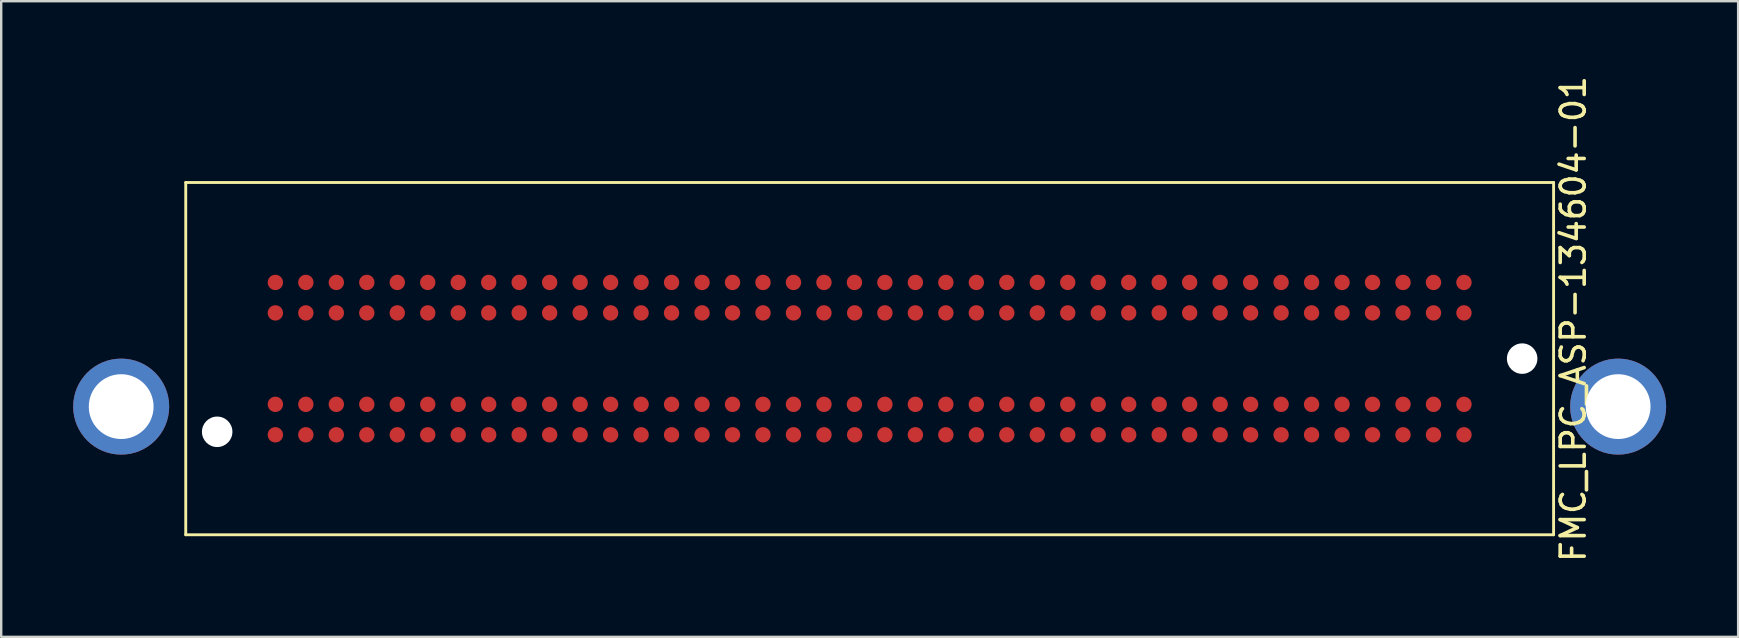
<source format=kicad_pcb>
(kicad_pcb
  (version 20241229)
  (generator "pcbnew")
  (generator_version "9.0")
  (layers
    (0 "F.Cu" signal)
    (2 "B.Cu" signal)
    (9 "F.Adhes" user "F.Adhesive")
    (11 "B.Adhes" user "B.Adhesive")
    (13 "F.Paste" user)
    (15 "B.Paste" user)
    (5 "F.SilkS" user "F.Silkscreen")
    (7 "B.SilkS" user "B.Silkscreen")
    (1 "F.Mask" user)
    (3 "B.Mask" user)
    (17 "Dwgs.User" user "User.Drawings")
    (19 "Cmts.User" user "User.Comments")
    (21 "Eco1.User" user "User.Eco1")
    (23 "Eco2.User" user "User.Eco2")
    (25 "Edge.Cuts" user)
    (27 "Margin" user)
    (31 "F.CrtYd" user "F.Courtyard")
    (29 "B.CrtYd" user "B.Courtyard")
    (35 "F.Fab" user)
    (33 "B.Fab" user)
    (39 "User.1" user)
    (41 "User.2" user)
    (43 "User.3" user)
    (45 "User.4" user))
  (footprint "FMC_LPC_ASP-134604-01"
    (layer "F.Cu")
    (at 33.19 11.894)
    (property "Reference" "FMC_LPC_ASP-134604-01" (at 29.32 -1.65 270) (layer "F.SilkS") (effects (font (size 1 1) (thickness 0.15))))
    (attr smd)
    (fp_line (start -28.5 -7.34) (end -28.5 7.34) (stroke (width 0.12) (type solid)) (layer "F.SilkS"))
    (fp_line (start -28.5 -7.34) (end 28.5 -7.34) (stroke (width 0.12) (type solid)) (layer "F.SilkS"))
    (fp_line (start 28.5 -7.34) (end 28.5 7.34) (stroke (width 0.12) (type solid)) (layer "F.SilkS"))
    (fp_line (start 28.5 7.34) (end -28.5 7.34) (stroke (width 0.12) (type solid)) (layer "F.SilkS"))
    (pad "" np_thru_hole circle (at -27.19 3.05) (size 1.27 1.27) (drill 1.27) (layers "*.Cu" "*.Mask"))
    (pad "" np_thru_hole circle (at 27.19 0) (size 1.27 1.27) (drill 1.27) (layers "*.Cu" "*.Mask"))
    (pad "C01" smd circle (at 24.765 -3.175) (size 0.64 0.64) (layers "F.Cu" "F.Mask" "F.Paste"))
    (pad "C01" thru_hole circle (at 31.19 2) (size 4 4) (drill 2.7) (layers "*.Cu" "*.Mask"))
    (pad "C02" smd circle (at 23.495 -3.175) (size 0.64 0.64) (layers "F.Cu" "F.Mask" "F.Paste"))
    (pad "C03" smd circle (at 22.225 -3.175) (size 0.64 0.64) (layers "F.Cu" "F.Mask" "F.Paste"))
    (pad "C04" smd circle (at 20.955 -3.175) (size 0.64 0.64) (layers "F.Cu" "F.Mask" "F.Paste"))
    (pad "C05" smd circle (at 19.685 -3.175) (size 0.64 0.64) (layers "F.Cu" "F.Mask" "F.Paste"))
    (pad "C06" smd circle (at 18.415 -3.175) (size 0.64 0.64) (layers "F.Cu" "F.Mask" "F.Paste"))
    (pad "C07" smd circle (at 17.145 -3.175) (size 0.64 0.64) (layers "F.Cu" "F.Mask" "F.Paste"))
    (pad "C08" smd circle (at 15.875 -3.175) (size 0.64 0.64) (layers "F.Cu" "F.Mask" "F.Paste"))
    (pad "C09" smd circle (at 14.605 -3.175) (size 0.64 0.64) (layers "F.Cu" "F.Mask" "F.Paste"))
    (pad "C10" smd circle (at 13.335 -3.175) (size 0.64 0.64) (layers "F.Cu" "F.Mask" "F.Paste"))
    (pad "C11" smd circle (at 12.065 -3.175) (size 0.64 0.64) (layers "F.Cu" "F.Mask" "F.Paste"))
    (pad "C12" smd circle (at 10.795 -3.175) (size 0.64 0.64) (layers "F.Cu" "F.Mask" "F.Paste"))
    (pad "C13" smd circle (at 9.525 -3.175) (size 0.64 0.64) (layers "F.Cu" "F.Mask" "F.Paste"))
    (pad "C14" smd circle (at 8.255 -3.175) (size 0.64 0.64) (layers "F.Cu" "F.Mask" "F.Paste"))
    (pad "C15" smd circle (at 6.985 -3.175) (size 0.64 0.64) (layers "F.Cu" "F.Mask" "F.Paste"))
    (pad "C16" smd circle (at 5.715 -3.175) (size 0.64 0.64) (layers "F.Cu" "F.Mask" "F.Paste"))
    (pad "C17" smd circle (at 4.445 -3.175) (size 0.64 0.64) (layers "F.Cu" "F.Mask" "F.Paste"))
    (pad "C18" smd circle (at 3.175 -3.175) (size 0.64 0.64) (layers "F.Cu" "F.Mask" "F.Paste"))
    (pad "C19" smd circle (at 1.905 -3.175) (size 0.64 0.64) (layers "F.Cu" "F.Mask" "F.Paste"))
    (pad "C20" smd circle (at 0.635 -3.175) (size 0.64 0.64) (layers "F.Cu" "F.Mask" "F.Paste"))
    (pad "C21" smd circle (at -0.635 -3.175) (size 0.64 0.64) (layers "F.Cu" "F.Mask" "F.Paste"))
    (pad "C22" smd circle (at -1.905 -3.175) (size 0.64 0.64) (layers "F.Cu" "F.Mask" "F.Paste"))
    (pad "C23" smd circle (at -3.175 -3.175) (size 0.64 0.64) (layers "F.Cu" "F.Mask" "F.Paste"))
    (pad "C24" smd circle (at -4.445 -3.175) (size 0.64 0.64) (layers "F.Cu" "F.Mask" "F.Paste"))
    (pad "C25" smd circle (at -5.715 -3.175) (size 0.64 0.64) (layers "F.Cu" "F.Mask" "F.Paste"))
    (pad "C26" smd circle (at -6.985 -3.175) (size 0.64 0.64) (layers "F.Cu" "F.Mask" "F.Paste"))
    (pad "C27" smd circle (at -8.255 -3.175) (size 0.64 0.64) (layers "F.Cu" "F.Mask" "F.Paste"))
    (pad "C28" smd circle (at -9.525 -3.175) (size 0.64 0.64) (layers "F.Cu" "F.Mask" "F.Paste"))
    (pad "C29" smd circle (at -10.795 -3.175) (size 0.64 0.64) (layers "F.Cu" "F.Mask" "F.Paste"))
    (pad "C30" smd circle (at -12.065 -3.175) (size 0.64 0.64) (layers "F.Cu" "F.Mask" "F.Paste"))
    (pad "C31" smd circle (at -13.335 -3.175) (size 0.64 0.64) (layers "F.Cu" "F.Mask" "F.Paste"))
    (pad "C32" smd circle (at -14.605 -3.175) (size 0.64 0.64) (layers "F.Cu" "F.Mask" "F.Paste"))
    (pad "C33" smd circle (at -15.875 -3.175) (size 0.64 0.64) (layers "F.Cu" "F.Mask" "F.Paste"))
    (pad "C34" smd circle (at -17.145 -3.175) (size 0.64 0.64) (layers "F.Cu" "F.Mask" "F.Paste"))
    (pad "C35" smd circle (at -18.415 -3.175) (size 0.64 0.64) (layers "F.Cu" "F.Mask" "F.Paste"))
    (pad "C36" smd circle (at -19.685 -3.175) (size 0.64 0.64) (layers "F.Cu" "F.Mask" "F.Paste"))
    (pad "C37" smd circle (at -20.955 -3.175) (size 0.64 0.64) (layers "F.Cu" "F.Mask" "F.Paste"))
    (pad "C38" smd circle (at -22.225 -3.175) (size 0.64 0.64) (layers "F.Cu" "F.Mask" "F.Paste"))
    (pad "C39" smd circle (at -23.495 -3.175) (size 0.64 0.64) (layers "F.Cu" "F.Mask" "F.Paste"))
    (pad "C40" smd circle (at -24.765 -3.175) (size 0.64 0.64) (layers "F.Cu" "F.Mask" "F.Paste"))
    (pad "D01" smd circle (at 24.765 -1.905) (size 0.64 0.64) (layers "F.Cu" "F.Mask" "F.Paste"))
    (pad "D02" smd circle (at 23.495 -1.905) (size 0.64 0.64) (layers "F.Cu" "F.Mask" "F.Paste"))
    (pad "D03" smd circle (at 22.225 -1.905) (size 0.64 0.64) (layers "F.Cu" "F.Mask" "F.Paste"))
    (pad "D04" smd circle (at 20.955 -1.905) (size 0.64 0.64) (layers "F.Cu" "F.Mask" "F.Paste"))
    (pad "D05" smd circle (at 19.685 -1.905) (size 0.64 0.64) (layers "F.Cu" "F.Mask" "F.Paste"))
    (pad "D06" smd circle (at 18.415 -1.905) (size 0.64 0.64) (layers "F.Cu" "F.Mask" "F.Paste"))
    (pad "D07" smd circle (at 17.145 -1.905) (size 0.64 0.64) (layers "F.Cu" "F.Mask" "F.Paste"))
    (pad "D08" smd circle (at 15.875 -1.905) (size 0.64 0.64) (layers "F.Cu" "F.Mask" "F.Paste"))
    (pad "D09" smd circle (at 14.605 -1.905) (size 0.64 0.64) (layers "F.Cu" "F.Mask" "F.Paste"))
    (pad "D10" smd circle (at 13.335 -1.905) (size 0.64 0.64) (layers "F.Cu" "F.Mask" "F.Paste"))
    (pad "D11" smd circle (at 12.065 -1.905) (size 0.64 0.64) (layers "F.Cu" "F.Mask" "F.Paste"))
    (pad "D12" smd circle (at 10.795 -1.905) (size 0.64 0.64) (layers "F.Cu" "F.Mask" "F.Paste"))
    (pad "D13" smd circle (at 9.525 -1.905) (size 0.64 0.64) (layers "F.Cu" "F.Mask" "F.Paste"))
    (pad "D14" smd circle (at 8.255 -1.905) (size 0.64 0.64) (layers "F.Cu" "F.Mask" "F.Paste"))
    (pad "D15" smd circle (at 6.985 -1.905) (size 0.64 0.64) (layers "F.Cu" "F.Mask" "F.Paste"))
    (pad "D16" smd circle (at 5.715 -1.905) (size 0.64 0.64) (layers "F.Cu" "F.Mask" "F.Paste"))
    (pad "D17" smd circle (at 4.445 -1.905) (size 0.64 0.64) (layers "F.Cu" "F.Mask" "F.Paste"))
    (pad "D18" smd circle (at 3.175 -1.905) (size 0.64 0.64) (layers "F.Cu" "F.Mask" "F.Paste"))
    (pad "D19" smd circle (at 1.905 -1.905) (size 0.64 0.64) (layers "F.Cu" "F.Mask" "F.Paste"))
    (pad "D20" smd circle (at 0.635 -1.905) (size 0.64 0.64) (layers "F.Cu" "F.Mask" "F.Paste"))
    (pad "D21" smd circle (at -0.625 -1.905) (size 0.64 0.64) (layers "F.Cu" "F.Mask" "F.Paste"))
    (pad "D22" smd circle (at -1.905 -1.905) (size 0.64 0.64) (layers "F.Cu" "F.Mask" "F.Paste"))
    (pad "D23" smd circle (at -3.175 -1.905) (size 0.64 0.64) (layers "F.Cu" "F.Mask" "F.Paste"))
    (pad "D24" smd circle (at -4.445 -1.905) (size 0.64 0.64) (layers "F.Cu" "F.Mask" "F.Paste"))
    (pad "D25" smd circle (at -5.715 -1.905) (size 0.64 0.64) (layers "F.Cu" "F.Mask" "F.Paste"))
    (pad "D26" smd circle (at -6.985 -1.905) (size 0.64 0.64) (layers "F.Cu" "F.Mask" "F.Paste"))
    (pad "D27" smd circle (at -8.255 -1.905) (size 0.64 0.64) (layers "F.Cu" "F.Mask" "F.Paste"))
    (pad "D28" smd circle (at -9.525 -1.905) (size 0.64 0.64) (layers "F.Cu" "F.Mask" "F.Paste"))
    (pad "D29" smd circle (at -10.795 -1.905) (size 0.64 0.64) (layers "F.Cu" "F.Mask" "F.Paste"))
    (pad "D30" smd circle (at -12.065 -1.905) (size 0.64 0.64) (layers "F.Cu" "F.Mask" "F.Paste"))
    (pad "D31" smd circle (at -13.335 -1.905) (size 0.64 0.64) (layers "F.Cu" "F.Mask" "F.Paste"))
    (pad "D32" smd circle (at -14.605 -1.905) (size 0.64 0.64) (layers "F.Cu" "F.Mask" "F.Paste"))
    (pad "D33" smd circle (at -15.875 -1.905) (size 0.64 0.64) (layers "F.Cu" "F.Mask" "F.Paste"))
    (pad "D34" smd circle (at -17.145 -1.905) (size 0.64 0.64) (layers "F.Cu" "F.Mask" "F.Paste"))
    (pad "D35" smd circle (at -18.415 -1.905) (size 0.64 0.64) (layers "F.Cu" "F.Mask" "F.Paste"))
    (pad "D36" smd circle (at -19.685 -1.905) (size 0.64 0.64) (layers "F.Cu" "F.Mask" "F.Paste"))
    (pad "D37" smd circle (at -20.955 -1.905) (size 0.64 0.64) (layers "F.Cu" "F.Mask" "F.Paste"))
    (pad "D38" smd circle (at -22.225 -1.905) (size 0.64 0.64) (layers "F.Cu" "F.Mask" "F.Paste"))
    (pad "D39" smd circle (at -23.495 -1.905) (size 0.64 0.64) (layers "F.Cu" "F.Mask" "F.Paste"))
    (pad "D40" smd circle (at -24.765 -1.905) (size 0.64 0.64) (layers "F.Cu" "F.Mask" "F.Paste"))
    (pad "G01" smd circle (at 24.765 1.905) (size 0.64 0.64) (layers "F.Cu" "F.Mask" "F.Paste"))
    (pad "G02" smd circle (at 23.495 1.905) (size 0.64 0.64) (layers "F.Cu" "F.Mask" "F.Paste"))
    (pad "G03" smd circle (at 22.225 1.905) (size 0.64 0.64) (layers "F.Cu" "F.Mask" "F.Paste"))
    (pad "G04" smd circle (at 20.955 1.905) (size 0.64 0.64) (layers "F.Cu" "F.Mask" "F.Paste"))
    (pad "G05" smd circle (at 19.685 1.905) (size 0.64 0.64) (layers "F.Cu" "F.Mask" "F.Paste"))
    (pad "G06" smd circle (at 18.415 1.905) (size 0.64 0.64) (layers "F.Cu" "F.Mask" "F.Paste"))
    (pad "G07" smd circle (at 17.145 1.905) (size 0.64 0.64) (layers "F.Cu" "F.Mask" "F.Paste"))
    (pad "G08" smd circle (at 15.875 1.905) (size 0.64 0.64) (layers "F.Cu" "F.Mask" "F.Paste"))
    (pad "G09" smd circle (at 14.605 1.905) (size 0.64 0.64) (layers "F.Cu" "F.Mask" "F.Paste"))
    (pad "G10" smd circle (at 13.335 1.905) (size 0.64 0.64) (layers "F.Cu" "F.Mask" "F.Paste"))
    (pad "G11" smd circle (at 12.065 1.905) (size 0.64 0.64) (layers "F.Cu" "F.Mask" "F.Paste"))
    (pad "G12" smd circle (at 10.795 1.905) (size 0.64 0.64) (layers "F.Cu" "F.Mask" "F.Paste"))
    (pad "G13" smd circle (at 9.525 1.905) (size 0.64 0.64) (layers "F.Cu" "F.Mask" "F.Paste"))
    (pad "G14" smd circle (at 8.255 1.905) (size 0.64 0.64) (layers "F.Cu" "F.Mask" "F.Paste"))
    (pad "G15" smd circle (at 6.985 1.905) (size 0.64 0.64) (layers "F.Cu" "F.Mask" "F.Paste"))
    (pad "G16" smd circle (at 5.715 1.905) (size 0.64 0.64) (layers "F.Cu" "F.Mask" "F.Paste"))
    (pad "G17" smd circle (at 4.445 1.905) (size 0.64 0.64) (layers "F.Cu" "F.Mask" "F.Paste"))
    (pad "G18" smd circle (at 3.175 1.905) (size 0.64 0.64) (layers "F.Cu" "F.Mask" "F.Paste"))
    (pad "G19" smd circle (at 1.905 1.905) (size 0.64 0.64) (layers "F.Cu" "F.Mask" "F.Paste"))
    (pad "G20" smd circle (at 0.635 1.905) (size 0.64 0.64) (layers "F.Cu" "F.Mask" "F.Paste"))
    (pad "G21" smd circle (at -0.635 1.905) (size 0.64 0.64) (layers "F.Cu" "F.Mask" "F.Paste"))
    (pad "G22" smd circle (at -1.905 1.905) (size 0.64 0.64) (layers "F.Cu" "F.Mask" "F.Paste"))
    (pad "G23" smd circle (at -3.175 1.905) (size 0.64 0.64) (layers "F.Cu" "F.Mask" "F.Paste"))
    (pad "G24" smd circle (at -4.445 1.905) (size 0.64 0.64) (layers "F.Cu" "F.Mask" "F.Paste"))
    (pad "G25" smd circle (at -5.715 1.905) (size 0.64 0.64) (layers "F.Cu" "F.Mask" "F.Paste"))
    (pad "G26" smd circle (at -6.985 1.905) (size 0.64 0.64) (layers "F.Cu" "F.Mask" "F.Paste"))
    (pad "G27" smd circle (at -8.255 1.905) (size 0.64 0.64) (layers "F.Cu" "F.Mask" "F.Paste"))
    (pad "G28" smd circle (at -9.525 1.905) (size 0.64 0.64) (layers "F.Cu" "F.Mask" "F.Paste"))
    (pad "G29" smd circle (at -10.795 1.905) (size 0.64 0.64) (layers "F.Cu" "F.Mask" "F.Paste"))
    (pad "G30" smd circle (at -12.065 1.905) (size 0.64 0.64) (layers "F.Cu" "F.Mask" "F.Paste"))
    (pad "G31" smd circle (at -13.335 1.905) (size 0.64 0.64) (layers "F.Cu" "F.Mask" "F.Paste"))
    (pad "G32" smd circle (at -14.605 1.905) (size 0.64 0.64) (layers "F.Cu" "F.Mask" "F.Paste"))
    (pad "G33" smd circle (at -15.875 1.905) (size 0.64 0.64) (layers "F.Cu" "F.Mask" "F.Paste"))
    (pad "G34" smd circle (at -17.145 1.905) (size 0.64 0.64) (layers "F.Cu" "F.Mask" "F.Paste"))
    (pad "G35" smd circle (at -18.415 1.905) (size 0.64 0.64) (layers "F.Cu" "F.Mask" "F.Paste"))
    (pad "G36" smd circle (at -19.685 1.905) (size 0.64 0.64) (layers "F.Cu" "F.Mask" "F.Paste"))
    (pad "G37" smd circle (at -20.955 1.905) (size 0.64 0.64) (layers "F.Cu" "F.Mask" "F.Paste"))
    (pad "G38" smd circle (at -22.225 1.905) (size 0.64 0.64) (layers "F.Cu" "F.Mask" "F.Paste"))
    (pad "G39" smd circle (at -23.495 1.905) (size 0.64 0.64) (layers "F.Cu" "F.Mask" "F.Paste"))
    (pad "G40" thru_hole circle (at -31.19 2) (size 4 4) (drill 2.7) (layers "*.Cu" "*.Mask"))
    (pad "G40" smd circle (at -24.765 1.905) (size 0.64 0.64) (layers "F.Cu" "F.Mask" "F.Paste"))
    (pad "H01" smd circle (at 24.765 3.175) (size 0.64 0.64) (layers "F.Cu" "F.Mask" "F.Paste"))
    (pad "H02" smd circle (at 23.495 3.175) (size 0.64 0.64) (layers "F.Cu" "F.Mask" "F.Paste"))
    (pad "H03" smd circle (at 22.225 3.175) (size 0.64 0.64) (layers "F.Cu" "F.Mask" "F.Paste"))
    (pad "H04" smd circle (at 20.955 3.175) (size 0.64 0.64) (layers "F.Cu" "F.Mask" "F.Paste"))
    (pad "H05" smd circle (at 19.685 3.175) (size 0.64 0.64) (layers "F.Cu" "F.Mask" "F.Paste"))
    (pad "H06" smd circle (at 18.415 3.175) (size 0.64 0.64) (layers "F.Cu" "F.Mask" "F.Paste"))
    (pad "H07" smd circle (at 17.145 3.175) (size 0.64 0.64) (layers "F.Cu" "F.Mask" "F.Paste"))
    (pad "H08" smd circle (at 15.875 3.175) (size 0.64 0.64) (layers "F.Cu" "F.Mask" "F.Paste"))
    (pad "H09" smd circle (at 14.605 3.175) (size 0.64 0.64) (layers "F.Cu" "F.Mask" "F.Paste"))
    (pad "H10" smd circle (at 13.335 3.175) (size 0.64 0.64) (layers "F.Cu" "F.Mask" "F.Paste"))
    (pad "H11" smd circle (at 12.065 3.175) (size 0.64 0.64) (layers "F.Cu" "F.Mask" "F.Paste"))
    (pad "H12" smd circle (at 10.795 3.175) (size 0.64 0.64) (layers "F.Cu" "F.Mask" "F.Paste"))
    (pad "H13" smd circle (at 9.525 3.175) (size 0.64 0.64) (layers "F.Cu" "F.Mask" "F.Paste"))
    (pad "H14" smd circle (at 8.255 3.175) (size 0.64 0.64) (layers "F.Cu" "F.Mask" "F.Paste"))
    (pad "H15" smd circle (at 6.985 3.175) (size 0.64 0.64) (layers "F.Cu" "F.Mask" "F.Paste"))
    (pad "H16" smd circle (at 5.715 3.175) (size 0.64 0.64) (layers "F.Cu" "F.Mask" "F.Paste"))
    (pad "H17" smd circle (at 4.445 3.175) (size 0.64 0.64) (layers "F.Cu" "F.Mask" "F.Paste"))
    (pad "H18" smd circle (at 3.175 3.175) (size 0.64 0.64) (layers "F.Cu" "F.Mask" "F.Paste"))
    (pad "H19" smd circle (at 1.905 3.175) (size 0.64 0.64) (layers "F.Cu" "F.Mask" "F.Paste"))
    (pad "H20" smd circle (at 0.635 3.175) (size 0.64 0.64) (layers "F.Cu" "F.Mask" "F.Paste"))
    (pad "H21" smd circle (at -0.625 3.175) (size 0.64 0.64) (layers "F.Cu" "F.Mask" "F.Paste"))
    (pad "H22" smd circle (at -1.905 3.175) (size 0.64 0.64) (layers "F.Cu" "F.Mask" "F.Paste"))
    (pad "H23" smd circle (at -3.175 3.175) (size 0.64 0.64) (layers "F.Cu" "F.Mask" "F.Paste"))
    (pad "H24" smd circle (at -4.445 3.175) (size 0.64 0.64) (layers "F.Cu" "F.Mask" "F.Paste"))
    (pad "H25" smd circle (at -5.715 3.175) (size 0.64 0.64) (layers "F.Cu" "F.Mask" "F.Paste"))
    (pad "H26" smd circle (at -6.985 3.175) (size 0.64 0.64) (layers "F.Cu" "F.Mask" "F.Paste"))
    (pad "H27" smd circle (at -8.255 3.175) (size 0.64 0.64) (layers "F.Cu" "F.Mask" "F.Paste"))
    (pad "H28" smd circle (at -9.525 3.175) (size 0.64 0.64) (layers "F.Cu" "F.Mask" "F.Paste"))
    (pad "H29" smd circle (at -10.795 3.175) (size 0.64 0.64) (layers "F.Cu" "F.Mask" "F.Paste"))
    (pad "H30" smd circle (at -12.065 3.175) (size 0.64 0.64) (layers "F.Cu" "F.Mask" "F.Paste"))
    (pad "H31" smd circle (at -13.335 3.175) (size 0.64 0.64) (layers "F.Cu" "F.Mask" "F.Paste"))
    (pad "H32" smd circle (at -14.605 3.175) (size 0.64 0.64) (layers "F.Cu" "F.Mask" "F.Paste"))
    (pad "H33" smd circle (at -15.875 3.175) (size 0.64 0.64) (layers "F.Cu" "F.Mask" "F.Paste"))
    (pad "H34" smd circle (at -17.145 3.175) (size 0.64 0.64) (layers "F.Cu" "F.Mask" "F.Paste"))
    (pad "H35" smd circle (at -18.415 3.175) (size 0.64 0.64) (layers "F.Cu" "F.Mask" "F.Paste"))
    (pad "H36" smd circle (at -19.685 3.175) (size 0.64 0.64) (layers "F.Cu" "F.Mask" "F.Paste"))
    (pad "H37" smd circle (at -20.955 3.175) (size 0.64 0.64) (layers "F.Cu" "F.Mask" "F.Paste"))
    (pad "H38" smd circle (at -22.225 3.175) (size 0.64 0.64) (layers "F.Cu" "F.Mask" "F.Paste"))
    (pad "H39" smd circle (at -23.495 3.175) (size 0.64 0.64) (layers "F.Cu" "F.Mask" "F.Paste"))
    (pad "H40" smd circle (at -24.765 3.175) (size 0.64 0.64) (layers "F.Cu" "F.Mask" "F.Paste")))
  (gr_rect
    (start -3 -3)
    (end 69.38 23.488)
    (stroke (width 0.1) (type default))
    (fill no)
    (layer "Edge.Cuts")))
</source>
